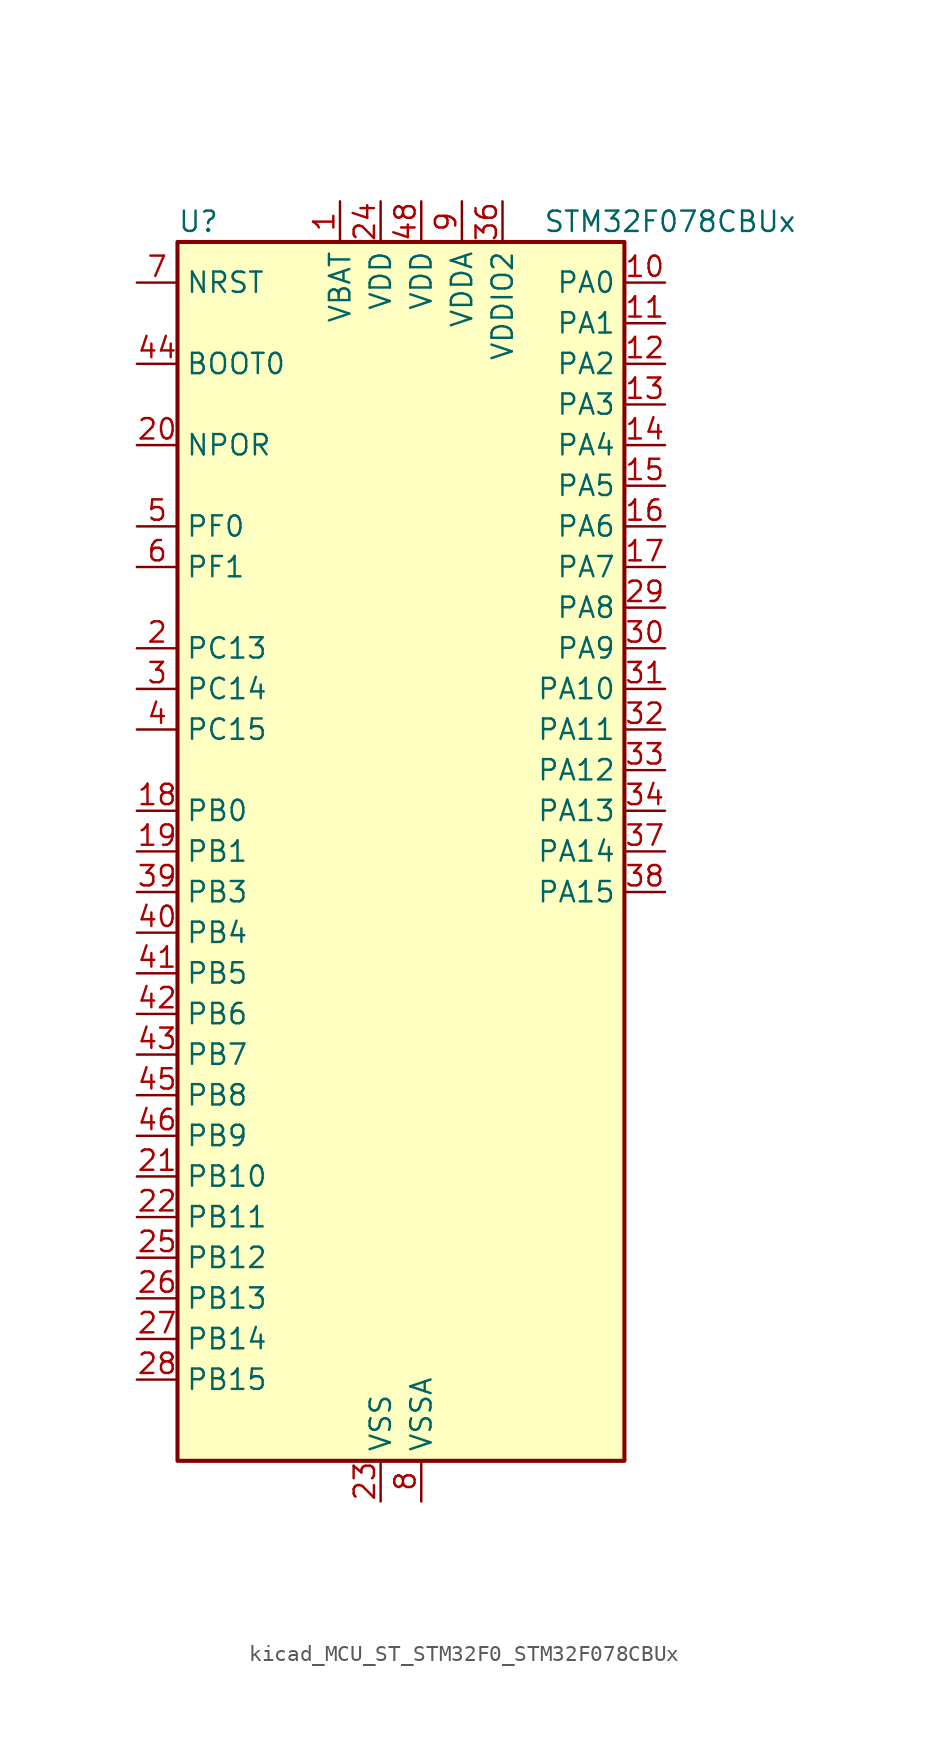
<source format=kicad_sym>
(kicad_symbol_lib
  (version 20220914)
  (generator kicad_symbol_editor)
  (symbol "kicad_MCU_ST_STM32F0_STM32F078CBUx"
    (property "Reference" "U"
      (at -12.7 39.37 0)
      (effects (font (size 1.27 1.27)) (justify left)))
    (property "Value" "STM32F078CBUx"
      (at 10.16 39.37 0)
      (effects (font (size 1.27 1.27)) (justify left)))
    (property "ki_locked" ""
      (at 0 0 0)
      (effects (font (size 1.27 1.27))))
    (symbol "kicad_MCU_ST_STM32F0_STM32F078CBUx_0_1"
      (rectangle (start -12.7 -38.1) (end 15.24 38.1) (stroke (width 0.254) (type default)) (fill (type background))))
    (symbol "kicad_MCU_ST_STM32F0_STM32F078CBUx_1_1"
      (pin power_in line (at -2.54 40.64 270) (length 2.54) (name "VBAT" (effects (font (size 1.27 1.27)))) (number "1" (effects (font (size 1.27 1.27)))))
      (pin bidirectional line (at 17.78 35.56 180) (length 2.54) (name "PA0" (effects (font (size 1.27 1.27)))) (number "10" (effects (font (size 1.27 1.27)))) (alternate "ADC_IN0" bidirectional line) (alternate "COMP1_INM" bidirectional line) (alternate "COMP1_OUT" bidirectional line) (alternate "RTC_TAMP2" bidirectional line) (alternate "SYS_WKUP1" bidirectional line) (alternate "TIM2_CH1" bidirectional line) (alternate "TIM2_ETR" bidirectional line) (alternate "TSC_G1_IO1" bidirectional line) (alternate "USART2_CTS" bidirectional line) (alternate "USART4_TX" bidirectional line))
      (pin bidirectional line (at 17.78 33.02 180) (length 2.54) (name "PA1" (effects (font (size 1.27 1.27)))) (number "11" (effects (font (size 1.27 1.27)))) (alternate "ADC_IN1" bidirectional line) (alternate "COMP1_INP" bidirectional line) (alternate "TIM15_CH1N" bidirectional line) (alternate "TIM2_CH2" bidirectional line) (alternate "TSC_G1_IO2" bidirectional line) (alternate "USART2_DE" bidirectional line) (alternate "USART2_RTS" bidirectional line) (alternate "USART4_RX" bidirectional line))
      (pin bidirectional line (at 17.78 30.48 180) (length 2.54) (name "PA2" (effects (font (size 1.27 1.27)))) (number "12" (effects (font (size 1.27 1.27)))) (alternate "ADC_IN2" bidirectional line) (alternate "COMP2_INM" bidirectional line) (alternate "COMP2_OUT" bidirectional line) (alternate "SYS_WKUP4" bidirectional line) (alternate "TIM15_CH1" bidirectional line) (alternate "TIM2_CH3" bidirectional line) (alternate "TSC_G1_IO3" bidirectional line) (alternate "USART2_TX" bidirectional line))
      (pin bidirectional line (at 17.78 27.94 180) (length 2.54) (name "PA3" (effects (font (size 1.27 1.27)))) (number "13" (effects (font (size 1.27 1.27)))) (alternate "ADC_IN3" bidirectional line) (alternate "COMP2_INP" bidirectional line) (alternate "TIM15_CH2" bidirectional line) (alternate "TIM2_CH4" bidirectional line) (alternate "TSC_G1_IO4" bidirectional line) (alternate "USART2_RX" bidirectional line))
      (pin bidirectional line (at 17.78 25.4 180) (length 2.54) (name "PA4" (effects (font (size 1.27 1.27)))) (number "14" (effects (font (size 1.27 1.27)))) (alternate "ADC_IN4" bidirectional line) (alternate "COMP1_INM" bidirectional line) (alternate "COMP2_INM" bidirectional line) (alternate "DAC_OUT1" bidirectional line) (alternate "I2S1_WS" bidirectional line) (alternate "SPI1_NSS" bidirectional line) (alternate "TIM14_CH1" bidirectional line) (alternate "TSC_G2_IO1" bidirectional line) (alternate "USART2_CK" bidirectional line))
      (pin bidirectional line (at 17.78 22.86 180) (length 2.54) (name "PA5" (effects (font (size 1.27 1.27)))) (number "15" (effects (font (size 1.27 1.27)))) (alternate "ADC_IN5" bidirectional line) (alternate "CEC" bidirectional line) (alternate "COMP1_INM" bidirectional line) (alternate "COMP2_INM" bidirectional line) (alternate "DAC_OUT2" bidirectional line) (alternate "I2S1_CK" bidirectional line) (alternate "SPI1_SCK" bidirectional line) (alternate "TIM2_CH1" bidirectional line) (alternate "TIM2_ETR" bidirectional line) (alternate "TSC_G2_IO2" bidirectional line))
      (pin bidirectional line (at 17.78 20.32 180) (length 2.54) (name "PA6" (effects (font (size 1.27 1.27)))) (number "16" (effects (font (size 1.27 1.27)))) (alternate "ADC_IN6" bidirectional line) (alternate "COMP1_OUT" bidirectional line) (alternate "I2S1_MCK" bidirectional line) (alternate "SPI1_MISO" bidirectional line) (alternate "TIM16_CH1" bidirectional line) (alternate "TIM1_BKIN" bidirectional line) (alternate "TIM3_CH1" bidirectional line) (alternate "TSC_G2_IO3" bidirectional line) (alternate "USART3_CTS" bidirectional line))
      (pin bidirectional line (at 17.78 17.78 180) (length 2.54) (name "PA7" (effects (font (size 1.27 1.27)))) (number "17" (effects (font (size 1.27 1.27)))) (alternate "ADC_IN7" bidirectional line) (alternate "COMP2_OUT" bidirectional line) (alternate "I2S1_SD" bidirectional line) (alternate "SPI1_MOSI" bidirectional line) (alternate "TIM14_CH1" bidirectional line) (alternate "TIM17_CH1" bidirectional line) (alternate "TIM1_CH1N" bidirectional line) (alternate "TIM3_CH2" bidirectional line) (alternate "TSC_G2_IO4" bidirectional line))
      (pin bidirectional line (at -15.24 2.54 0) (length 2.54) (name "PB0" (effects (font (size 1.27 1.27)))) (number "18" (effects (font (size 1.27 1.27)))) (alternate "ADC_IN8" bidirectional line) (alternate "TIM1_CH2N" bidirectional line) (alternate "TIM3_CH3" bidirectional line) (alternate "TSC_G3_IO2" bidirectional line) (alternate "USART3_CK" bidirectional line))
      (pin bidirectional line (at -15.24 0 0) (length 2.54) (name "PB1" (effects (font (size 1.27 1.27)))) (number "19" (effects (font (size 1.27 1.27)))) (alternate "ADC_IN9" bidirectional line) (alternate "TIM14_CH1" bidirectional line) (alternate "TIM1_CH3N" bidirectional line) (alternate "TIM3_CH4" bidirectional line) (alternate "TSC_G3_IO3" bidirectional line) (alternate "USART3_DE" bidirectional line) (alternate "USART3_RTS" bidirectional line))
      (pin bidirectional line (at -15.24 12.7 0) (length 2.54) (name "PC13" (effects (font (size 1.27 1.27)))) (number "2" (effects (font (size 1.27 1.27)))) (alternate "RTC_OUT_ALARM" bidirectional line) (alternate "RTC_OUT_CALIB" bidirectional line) (alternate "RTC_TAMP1" bidirectional line) (alternate "RTC_TS" bidirectional line) (alternate "SYS_WKUP2" bidirectional line))
      (pin input line (at -15.24 25.4 0) (length 2.54) (name "NPOR" (effects (font (size 1.27 1.27)))) (number "20" (effects (font (size 1.27 1.27)))))
      (pin bidirectional line (at -15.24 -20.32 0) (length 2.54) (name "PB10" (effects (font (size 1.27 1.27)))) (number "21" (effects (font (size 1.27 1.27)))) (alternate "CEC" bidirectional line) (alternate "I2C2_SCL" bidirectional line) (alternate "I2S2_CK" bidirectional line) (alternate "SPI2_SCK" bidirectional line) (alternate "TIM2_CH3" bidirectional line) (alternate "TSC_SYNC" bidirectional line) (alternate "USART3_TX" bidirectional line))
      (pin bidirectional line (at -15.24 -22.86 0) (length 2.54) (name "PB11" (effects (font (size 1.27 1.27)))) (number "22" (effects (font (size 1.27 1.27)))) (alternate "I2C2_SDA" bidirectional line) (alternate "TIM2_CH4" bidirectional line) (alternate "TSC_G6_IO1" bidirectional line) (alternate "USART3_RX" bidirectional line))
      (pin power_in line (at 0 -40.64 90) (length 2.54) (name "VSS" (effects (font (size 1.27 1.27)))) (number "23" (effects (font (size 1.27 1.27)))))
      (pin power_in line (at 0 40.64 270) (length 2.54) (name "VDD" (effects (font (size 1.27 1.27)))) (number "24" (effects (font (size 1.27 1.27)))))
      (pin bidirectional line (at -15.24 -25.4 0) (length 2.54) (name "PB12" (effects (font (size 1.27 1.27)))) (number "25" (effects (font (size 1.27 1.27)))) (alternate "I2S2_WS" bidirectional line) (alternate "SPI2_NSS" bidirectional line) (alternate "TIM15_BKIN" bidirectional line) (alternate "TIM1_BKIN" bidirectional line) (alternate "TSC_G6_IO2" bidirectional line) (alternate "USART3_CK" bidirectional line))
      (pin bidirectional line (at -15.24 -27.94 0) (length 2.54) (name "PB13" (effects (font (size 1.27 1.27)))) (number "26" (effects (font (size 1.27 1.27)))) (alternate "I2C2_SCL" bidirectional line) (alternate "I2S2_CK" bidirectional line) (alternate "SPI2_SCK" bidirectional line) (alternate "TIM1_CH1N" bidirectional line) (alternate "TSC_G6_IO3" bidirectional line) (alternate "USART3_CTS" bidirectional line))
      (pin bidirectional line (at -15.24 -30.48 0) (length 2.54) (name "PB14" (effects (font (size 1.27 1.27)))) (number "27" (effects (font (size 1.27 1.27)))) (alternate "I2C2_SDA" bidirectional line) (alternate "I2S2_MCK" bidirectional line) (alternate "SPI2_MISO" bidirectional line) (alternate "TIM15_CH1" bidirectional line) (alternate "TIM1_CH2N" bidirectional line) (alternate "TSC_G6_IO4" bidirectional line) (alternate "USART3_DE" bidirectional line) (alternate "USART3_RTS" bidirectional line))
      (pin bidirectional line (at -15.24 -33.02 0) (length 2.54) (name "PB15" (effects (font (size 1.27 1.27)))) (number "28" (effects (font (size 1.27 1.27)))) (alternate "I2S2_SD" bidirectional line) (alternate "RTC_REFIN" bidirectional line) (alternate "SPI2_MOSI" bidirectional line) (alternate "SYS_WKUP7" bidirectional line) (alternate "TIM15_CH1N" bidirectional line) (alternate "TIM15_CH2" bidirectional line) (alternate "TIM1_CH3N" bidirectional line))
      (pin bidirectional line (at 17.78 15.24 180) (length 2.54) (name "PA8" (effects (font (size 1.27 1.27)))) (number "29" (effects (font (size 1.27 1.27)))) (alternate "CRS_SYNC" bidirectional line) (alternate "RCC_MCO" bidirectional line) (alternate "TIM1_CH1" bidirectional line) (alternate "USART1_CK" bidirectional line))
      (pin bidirectional line (at -15.24 10.16 0) (length 2.54) (name "PC14" (effects (font (size 1.27 1.27)))) (number "3" (effects (font (size 1.27 1.27)))) (alternate "RCC_OSC32_IN" bidirectional line))
      (pin bidirectional line (at 17.78 12.7 180) (length 2.54) (name "PA9" (effects (font (size 1.27 1.27)))) (number "30" (effects (font (size 1.27 1.27)))) (alternate "DAC_EXTI9" bidirectional line) (alternate "TIM15_BKIN" bidirectional line) (alternate "TIM1_CH2" bidirectional line) (alternate "TSC_G4_IO1" bidirectional line) (alternate "USART1_TX" bidirectional line))
      (pin bidirectional line (at 17.78 10.16 180) (length 2.54) (name "PA10" (effects (font (size 1.27 1.27)))) (number "31" (effects (font (size 1.27 1.27)))) (alternate "TIM17_BKIN" bidirectional line) (alternate "TIM1_CH3" bidirectional line) (alternate "TSC_G4_IO2" bidirectional line) (alternate "USART1_RX" bidirectional line))
      (pin bidirectional line (at 17.78 7.62 180) (length 2.54) (name "PA11" (effects (font (size 1.27 1.27)))) (number "32" (effects (font (size 1.27 1.27)))) (alternate "COMP1_OUT" bidirectional line) (alternate "TIM1_CH4" bidirectional line) (alternate "TSC_G4_IO3" bidirectional line) (alternate "USART1_CTS" bidirectional line) (alternate "USB_DM" bidirectional line))
      (pin bidirectional line (at 17.78 5.08 180) (length 2.54) (name "PA12" (effects (font (size 1.27 1.27)))) (number "33" (effects (font (size 1.27 1.27)))) (alternate "COMP2_OUT" bidirectional line) (alternate "TIM1_ETR" bidirectional line) (alternate "TSC_G4_IO4" bidirectional line) (alternate "USART1_DE" bidirectional line) (alternate "USART1_RTS" bidirectional line) (alternate "USB_DP" bidirectional line))
      (pin bidirectional line (at 17.78 2.54 180) (length 2.54) (name "PA13" (effects (font (size 1.27 1.27)))) (number "34" (effects (font (size 1.27 1.27)))) (alternate "IR_OUT" bidirectional line) (alternate "SYS_SWDIO" bidirectional line) (alternate "USB_NOE" bidirectional line))
      (pin passive line (at 0 -40.64 90) (length 2.54) hide (name "VSS" (effects (font (size 1.27 1.27)))) (number "35" (effects (font (size 1.27 1.27)))))
      (pin power_in line (at 7.62 40.64 270) (length 2.54) (name "VDDIO2" (effects (font (size 1.27 1.27)))) (number "36" (effects (font (size 1.27 1.27)))))
      (pin bidirectional line (at 17.78 0 180) (length 2.54) (name "PA14" (effects (font (size 1.27 1.27)))) (number "37" (effects (font (size 1.27 1.27)))) (alternate "SYS_SWCLK" bidirectional line) (alternate "USART2_TX" bidirectional line))
      (pin bidirectional line (at 17.78 -2.54 180) (length 2.54) (name "PA15" (effects (font (size 1.27 1.27)))) (number "38" (effects (font (size 1.27 1.27)))) (alternate "I2S1_WS" bidirectional line) (alternate "SPI1_NSS" bidirectional line) (alternate "TIM2_CH1" bidirectional line) (alternate "TIM2_ETR" bidirectional line) (alternate "USART2_RX" bidirectional line) (alternate "USART4_DE" bidirectional line) (alternate "USART4_RTS" bidirectional line))
      (pin bidirectional line (at -15.24 -2.54 0) (length 2.54) (name "PB3" (effects (font (size 1.27 1.27)))) (number "39" (effects (font (size 1.27 1.27)))) (alternate "I2S1_CK" bidirectional line) (alternate "SPI1_SCK" bidirectional line) (alternate "TIM2_CH2" bidirectional line) (alternate "TSC_G5_IO1" bidirectional line))
      (pin bidirectional line (at -15.24 7.62 0) (length 2.54) (name "PC15" (effects (font (size 1.27 1.27)))) (number "4" (effects (font (size 1.27 1.27)))) (alternate "RCC_OSC32_OUT" bidirectional line))
      (pin bidirectional line (at -15.24 -5.08 0) (length 2.54) (name "PB4" (effects (font (size 1.27 1.27)))) (number "40" (effects (font (size 1.27 1.27)))) (alternate "I2S1_MCK" bidirectional line) (alternate "SPI1_MISO" bidirectional line) (alternate "TIM17_BKIN" bidirectional line) (alternate "TIM3_CH1" bidirectional line) (alternate "TSC_G5_IO2" bidirectional line))
      (pin bidirectional line (at -15.24 -7.62 0) (length 2.54) (name "PB5" (effects (font (size 1.27 1.27)))) (number "41" (effects (font (size 1.27 1.27)))) (alternate "I2C1_SMBA" bidirectional line) (alternate "I2S1_SD" bidirectional line) (alternate "SPI1_MOSI" bidirectional line) (alternate "SYS_WKUP6" bidirectional line) (alternate "TIM16_BKIN" bidirectional line) (alternate "TIM3_CH2" bidirectional line))
      (pin bidirectional line (at -15.24 -10.16 0) (length 2.54) (name "PB6" (effects (font (size 1.27 1.27)))) (number "42" (effects (font (size 1.27 1.27)))) (alternate "I2C1_SCL" bidirectional line) (alternate "TIM16_CH1N" bidirectional line) (alternate "TSC_G5_IO3" bidirectional line) (alternate "USART1_TX" bidirectional line))
      (pin bidirectional line (at -15.24 -12.7 0) (length 2.54) (name "PB7" (effects (font (size 1.27 1.27)))) (number "43" (effects (font (size 1.27 1.27)))) (alternate "I2C1_SDA" bidirectional line) (alternate "TIM17_CH1N" bidirectional line) (alternate "TSC_G5_IO4" bidirectional line) (alternate "USART1_RX" bidirectional line) (alternate "USART4_CTS" bidirectional line))
      (pin input line (at -15.24 30.48 0) (length 2.54) (name "BOOT0" (effects (font (size 1.27 1.27)))) (number "44" (effects (font (size 1.27 1.27)))))
      (pin bidirectional line (at -15.24 -15.24 0) (length 2.54) (name "PB8" (effects (font (size 1.27 1.27)))) (number "45" (effects (font (size 1.27 1.27)))) (alternate "CEC" bidirectional line) (alternate "I2C1_SCL" bidirectional line) (alternate "TIM16_CH1" bidirectional line) (alternate "TSC_SYNC" bidirectional line))
      (pin bidirectional line (at -15.24 -17.78 0) (length 2.54) (name "PB9" (effects (font (size 1.27 1.27)))) (number "46" (effects (font (size 1.27 1.27)))) (alternate "DAC_EXTI9" bidirectional line) (alternate "I2C1_SDA" bidirectional line) (alternate "I2S2_WS" bidirectional line) (alternate "IR_OUT" bidirectional line) (alternate "SPI2_NSS" bidirectional line) (alternate "TIM17_CH1" bidirectional line))
      (pin passive line (at 0 -40.64 90) (length 2.54) hide (name "VSS" (effects (font (size 1.27 1.27)))) (number "47" (effects (font (size 1.27 1.27)))))
      (pin power_in line (at 2.54 40.64 270) (length 2.54) (name "VDD" (effects (font (size 1.27 1.27)))) (number "48" (effects (font (size 1.27 1.27)))))
      (pin passive line (at 0 -40.64 90) (length 2.54) hide (name "VSS" (effects (font (size 1.27 1.27)))) (number "49" (effects (font (size 1.27 1.27)))))
      (pin bidirectional line (at -15.24 20.32 0) (length 2.54) (name "PF0" (effects (font (size 1.27 1.27)))) (number "5" (effects (font (size 1.27 1.27)))) (alternate "CRS_SYNC" bidirectional line) (alternate "RCC_OSC_IN" bidirectional line))
      (pin bidirectional line (at -15.24 17.78 0) (length 2.54) (name "PF1" (effects (font (size 1.27 1.27)))) (number "6" (effects (font (size 1.27 1.27)))) (alternate "RCC_OSC_OUT" bidirectional line))
      (pin input line (at -15.24 35.56 0) (length 2.54) (name "NRST" (effects (font (size 1.27 1.27)))) (number "7" (effects (font (size 1.27 1.27)))))
      (pin power_in line (at 2.54 -40.64 90) (length 2.54) (name "VSSA" (effects (font (size 1.27 1.27)))) (number "8" (effects (font (size 1.27 1.27)))))
      (pin power_in line (at 5.08 40.64 270) (length 2.54) (name "VDDA" (effects (font (size 1.27 1.27)))) (number "9" (effects (font (size 1.27 1.27))))))))
</source>
